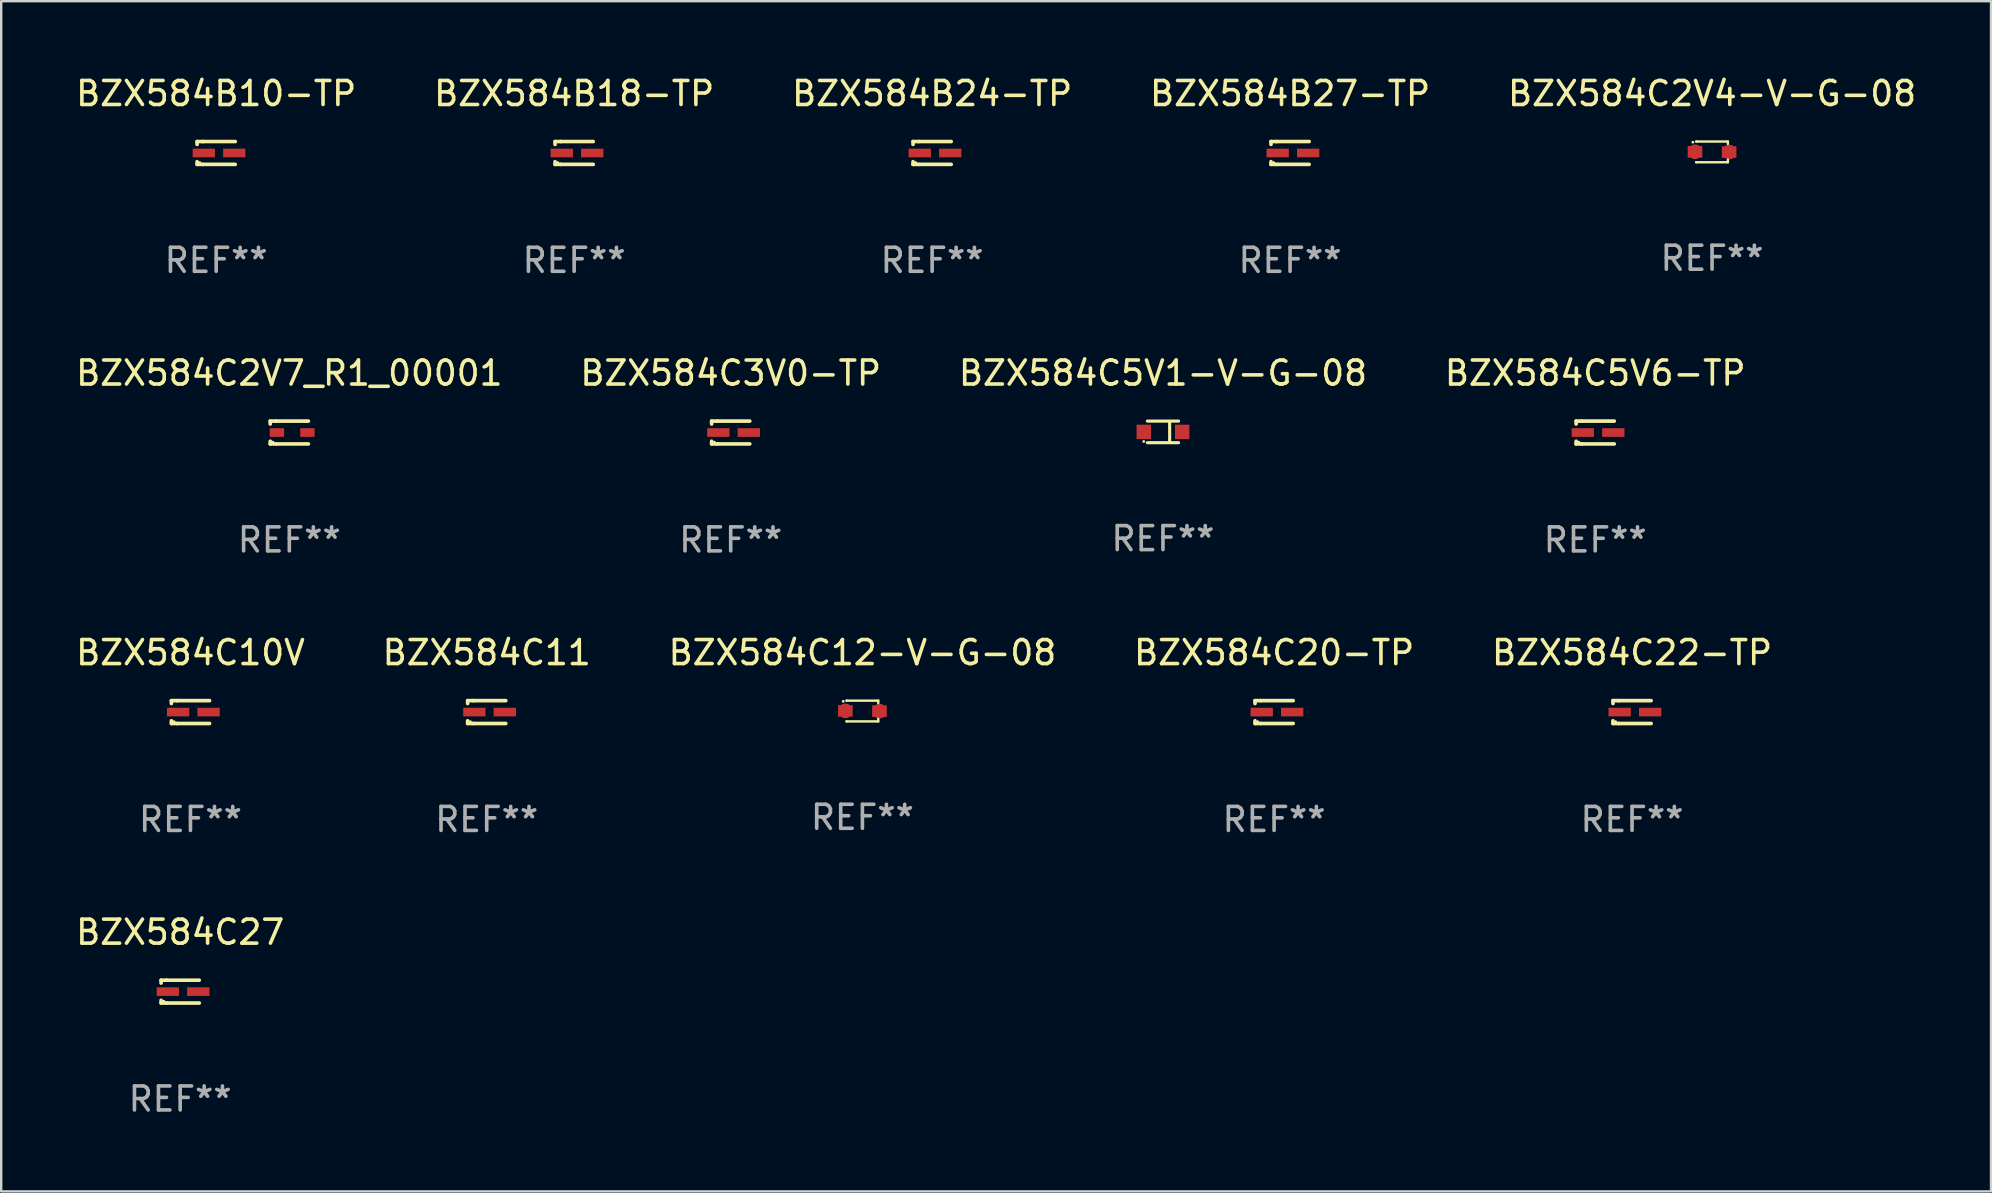
<source format=kicad_pcb>
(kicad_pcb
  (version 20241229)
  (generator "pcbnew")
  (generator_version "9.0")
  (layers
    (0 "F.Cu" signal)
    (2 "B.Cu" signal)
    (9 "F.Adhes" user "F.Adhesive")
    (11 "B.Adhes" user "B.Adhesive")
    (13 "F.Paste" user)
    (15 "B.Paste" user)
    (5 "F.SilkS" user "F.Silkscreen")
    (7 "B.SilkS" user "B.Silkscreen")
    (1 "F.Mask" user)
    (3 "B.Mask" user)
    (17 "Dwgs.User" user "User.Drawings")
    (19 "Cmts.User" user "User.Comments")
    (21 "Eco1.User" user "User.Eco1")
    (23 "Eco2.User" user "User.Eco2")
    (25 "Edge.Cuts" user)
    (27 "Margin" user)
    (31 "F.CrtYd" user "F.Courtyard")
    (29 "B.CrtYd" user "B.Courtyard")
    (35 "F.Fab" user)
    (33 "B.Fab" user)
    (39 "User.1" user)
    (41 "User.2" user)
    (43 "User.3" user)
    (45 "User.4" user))
  (footprint "BZX584B24-TP"
    (layer "F.Cu")
    (at 35.792 3.324)
    (property "Reference" "BZX584B24-TP" (at 0 -2.476 0) (layer "F.SilkS") (effects (font (size 1 1) (thickness 0.15))))
    (attr through_hole)
    (fp_line (start -0.795 -0.476) (end -0.795 -0.356) (stroke (width 0.152) (type solid)) (layer "F.SilkS"))
    (fp_line (start -0.795 0.363) (end -0.795 0.476) (stroke (width 0.152) (type solid)) (layer "F.SilkS"))
    (fp_line (start -0.795 0.476) (end -0.557 0.476) (stroke (width 0.152) (type solid)) (layer "F.SilkS"))
    (fp_line (start -0.557 -0.476) (end -0.795 -0.476) (stroke (width 0.152) (type solid)) (layer "F.SilkS"))
    (fp_line (start -0.557 -0.476) (end 0.795 -0.476) (stroke (width 0.152) (type solid)) (layer "F.SilkS"))
    (fp_line (start -0.557 0.476) (end 0.795 0.476) (stroke (width 0.152) (type solid)) (layer "F.SilkS"))
    (fp_circle (center -0.681 0.4) (end -0.651 0.4) (stroke (width 0.06) (type solid)) (fill no) (layer "F.SilkS"))
    (fp_text user "REF**" (at 0 4.476 0) (layer "F.Fab") (effects (font (size 1 1) (thickness 0.15))))
    (pad "1" smd rect (at -0.516 0 180) (size 0.93 0.36) (layers "F.Cu" "F.Mask" "F.Paste"))
    (pad "2" smd rect (at 0.754 0 180) (size 0.93 0.36) (layers "F.Cu" "F.Mask" "F.Paste")))
  (footprint "BZX584C2V4-V-G-08"
    (layer "F.Cu")
    (at 68.292 3.28)
    (property "Reference" "BZX584C2V4-V-G-08" (at 0 -2.432 0) (layer "F.SilkS") (effects (font (size 1 1) (thickness 0.15))))
    (attr through_hole)
    (fp_line (start -0.661 0.432) (end -0.661 0.432) (stroke (width 0.1) (type solid)) (layer "F.SilkS"))
    (fp_line (start -0.661 -0.432) (end -0.661 -0.432) (stroke (width 0.1) (type solid)) (layer "F.SilkS"))
    (fp_line (start -0.661 -0.432) (end 0.66 -0.432) (stroke (width 0.1) (type solid)) (layer "F.SilkS"))
    (fp_line (start 0.66 0.326) (end 0.66 0.432) (stroke (width 0.1) (type solid)) (layer "F.SilkS"))
    (fp_line (start 0.66 0.432) (end -0.661 0.432) (stroke (width 0.1) (type solid)) (layer "F.SilkS"))
    (fp_line (start 0.66 -0.432) (end 0.66 -0.33) (stroke (width 0.1) (type solid)) (layer "F.SilkS"))
    (fp_circle (center -0.8 -0.404) (end -0.77 -0.404) (stroke (width 0.06) (type solid)) (fill no) (layer "F.SilkS"))
    (fp_text user "REF**" (at 0 4.432 0) (layer "F.Fab") (effects (font (size 1 1) (thickness 0.15))))
    (pad "1" smd custom (at -0.711 -0.005) (size 0.61 0.483) (layers "F.Cu" "F.Mask" "F.Paste") (options (anchor circle)) (primitives (gr_poly (pts (xy -0.305 -0.241) (xy 0.305 -0.241) (xy 0.305 0.241) (xy -0.305 0.241)) (width 0) (fill yes))))
    (pad "2" smd custom (at 0.711 0.005) (size 0.61 0.483) (layers "F.Cu" "F.Mask" "F.Paste") (options (anchor circle)) (primitives (gr_poly (pts (xy -0.305 -0.241) (xy 0.305 -0.241) (xy 0.305 0.241) (xy -0.305 0.241)) (width 0) (fill yes)))))
  (footprint "BZX584C5V1-V-G-08"
    (layer "F.Cu")
    (at 45.411 14.947)
    (property "Reference" "BZX584C5V1-V-G-08" (at 0 -2.45 0) (layer "F.SilkS") (effects (font (size 1 1) (thickness 0.15))))
    (attr through_hole)
    (fp_line (start -0.65 -0.45) (end 0.65 -0.45) (stroke (width 0.13) (type solid)) (layer "F.SilkS"))
    (fp_line (start -0.65 0.45) (end 0.65 0.45) (stroke (width 0.13) (type solid)) (layer "F.SilkS"))
    (fp_line (start 0.279 -0.406) (end 0.279 0.444) (stroke (width 0.13) (type solid)) (layer "F.SilkS"))
    (fp_circle (center -0.8 0.4) (end -0.77 0.4) (stroke (width 0.06) (type solid)) (fill no) (layer "F.SilkS"))
    (fp_text user "REF**" (at 0 4.45 0) (layer "F.Fab") (effects (font (size 1 1) (thickness 0.15))))
    (pad "1" smd rect (at -0.8 0) (size 0.6 0.6) (layers "F.Cu" "F.Mask" "F.Paste"))
    (pad "2" smd rect (at 0.8 0 180) (size 0.6 0.6) (layers "F.Cu" "F.Mask" "F.Paste")))
  (footprint "BZX584C2V7_R1_00001"
    (layer "F.Cu")
    (at 9.006 14.973)
    (property "Reference" "BZX584C2V7_R1_00001" (at 0 -2.476 0) (layer "F.SilkS") (effects (font (size 1 1) (thickness 0.15))))
    (attr through_hole)
    (fp_line (start -0.795 -0.476) (end -0.795 -0.356) (stroke (width 0.152) (type solid)) (layer "F.SilkS"))
    (fp_line (start -0.795 0.363) (end -0.795 0.476) (stroke (width 0.152) (type solid)) (layer "F.SilkS"))
    (fp_line (start -0.795 0.476) (end -0.557 0.476) (stroke (width 0.152) (type solid)) (layer "F.SilkS"))
    (fp_line (start -0.557 -0.476) (end -0.795 -0.476) (stroke (width 0.152) (type solid)) (layer "F.SilkS"))
    (fp_line (start -0.557 -0.476) (end 0.795 -0.476) (stroke (width 0.152) (type solid)) (layer "F.SilkS"))
    (fp_line (start -0.557 0.476) (end 0.795 0.476) (stroke (width 0.152) (type solid)) (layer "F.SilkS"))
    (fp_circle (center -0.681 0.4) (end -0.651 0.4) (stroke (width 0.06) (type solid)) (fill no) (layer "F.SilkS"))
    (fp_text user "REF**" (at 0 4.476 0) (layer "F.Fab") (effects (font (size 1 1) (thickness 0.15))))
    (pad "1" smd rect (at -0.516 -0.000051 180) (size 0.6 0.36) (layers "F.Cu" "F.Mask" "F.Paste"))
    (pad "2" smd rect (at 0.754 -0.000051 180) (size 0.6 0.36) (layers "F.Cu" "F.Mask" "F.Paste")))
  (footprint "BZX584C22-TP"
    (layer "F.Cu")
    (at 64.958 26.622)
    (property "Reference" "BZX584C22-TP" (at 0 -2.476 0) (layer "F.SilkS") (effects (font (size 1 1) (thickness 0.15))))
    (attr through_hole)
    (fp_line (start -0.795 -0.476) (end -0.795 -0.356) (stroke (width 0.152) (type solid)) (layer "F.SilkS"))
    (fp_line (start -0.795 0.363) (end -0.795 0.476) (stroke (width 0.152) (type solid)) (layer "F.SilkS"))
    (fp_line (start -0.795 0.476) (end -0.557 0.476) (stroke (width 0.152) (type solid)) (layer "F.SilkS"))
    (fp_line (start -0.557 -0.476) (end -0.795 -0.476) (stroke (width 0.152) (type solid)) (layer "F.SilkS"))
    (fp_line (start -0.557 -0.476) (end 0.795 -0.476) (stroke (width 0.152) (type solid)) (layer "F.SilkS"))
    (fp_line (start -0.557 0.476) (end 0.795 0.476) (stroke (width 0.152) (type solid)) (layer "F.SilkS"))
    (fp_circle (center -0.681 0.4) (end -0.651 0.4) (stroke (width 0.06) (type solid)) (fill no) (layer "F.SilkS"))
    (fp_text user "REF**" (at 0 4.476 0) (layer "F.Fab") (effects (font (size 1 1) (thickness 0.15))))
    (pad "1" smd rect (at -0.516 0 180) (size 0.93 0.36) (layers "F.Cu" "F.Mask" "F.Paste"))
    (pad "2" smd rect (at 0.754 0 180) (size 0.93 0.36) (layers "F.Cu" "F.Mask" "F.Paste")))
  (footprint "BZX584C5V6-TP"
    (layer "F.Cu")
    (at 63.423 14.973)
    (property "Reference" "BZX584C5V6-TP" (at 0 -2.476 0) (layer "F.SilkS") (effects (font (size 1 1) (thickness 0.15))))
    (attr through_hole)
    (fp_line (start -0.795 -0.476) (end -0.795 -0.356) (stroke (width 0.152) (type solid)) (layer "F.SilkS"))
    (fp_line (start -0.795 0.363) (end -0.795 0.476) (stroke (width 0.152) (type solid)) (layer "F.SilkS"))
    (fp_line (start -0.795 0.476) (end -0.557 0.476) (stroke (width 0.152) (type solid)) (layer "F.SilkS"))
    (fp_line (start -0.557 -0.476) (end -0.795 -0.476) (stroke (width 0.152) (type solid)) (layer "F.SilkS"))
    (fp_line (start -0.557 -0.476) (end 0.795 -0.476) (stroke (width 0.152) (type solid)) (layer "F.SilkS"))
    (fp_line (start -0.557 0.476) (end 0.795 0.476) (stroke (width 0.152) (type solid)) (layer "F.SilkS"))
    (fp_circle (center -0.681 0.4) (end -0.651 0.4) (stroke (width 0.06) (type solid)) (fill no) (layer "F.SilkS"))
    (fp_text user "REF**" (at 0 4.476 0) (layer "F.Fab") (effects (font (size 1 1) (thickness 0.15))))
    (pad "1" smd rect (at -0.516 0 180) (size 0.93 0.36) (layers "F.Cu" "F.Mask" "F.Paste"))
    (pad "2" smd rect (at 0.754 0 180) (size 0.93 0.36) (layers "F.Cu" "F.Mask" "F.Paste")))
  (footprint "BZX584C10V"
    (layer "F.Cu")
    (at 4.887 26.622)
    (property "Reference" "BZX584C10V" (at 0 -2.476 0) (layer "F.SilkS") (effects (font (size 1 1) (thickness 0.15))))
    (attr through_hole)
    (fp_line (start -0.795 -0.476) (end -0.795 -0.356) (stroke (width 0.152) (type solid)) (layer "F.SilkS"))
    (fp_line (start -0.795 0.363) (end -0.795 0.476) (stroke (width 0.152) (type solid)) (layer "F.SilkS"))
    (fp_line (start -0.795 0.476) (end -0.557 0.476) (stroke (width 0.152) (type solid)) (layer "F.SilkS"))
    (fp_line (start -0.557 -0.476) (end -0.795 -0.476) (stroke (width 0.152) (type solid)) (layer "F.SilkS"))
    (fp_line (start -0.557 -0.476) (end 0.795 -0.476) (stroke (width 0.152) (type solid)) (layer "F.SilkS"))
    (fp_line (start -0.557 0.476) (end 0.795 0.476) (stroke (width 0.152) (type solid)) (layer "F.SilkS"))
    (fp_circle (center -0.681 0.4) (end -0.651 0.4) (stroke (width 0.06) (type solid)) (fill no) (layer "F.SilkS"))
    (fp_text user "REF**" (at 0 4.476 0) (layer "F.Fab") (effects (font (size 1 1) (thickness 0.15))))
    (pad "1" smd rect (at -0.516 0 180) (size 0.93 0.36) (layers "F.Cu" "F.Mask" "F.Paste"))
    (pad "2" smd rect (at 0.754 0 180) (size 0.93 0.36) (layers "F.Cu" "F.Mask" "F.Paste")))
  (footprint "BZX584C3V0-TP"
    (layer "F.Cu")
    (at 27.399 14.973)
    (property "Reference" "BZX584C3V0-TP" (at 0 -2.476 0) (layer "F.SilkS") (effects (font (size 1 1) (thickness 0.15))))
    (attr through_hole)
    (fp_line (start -0.795 -0.476) (end -0.795 -0.356) (stroke (width 0.152) (type solid)) (layer "F.SilkS"))
    (fp_line (start -0.795 0.363) (end -0.795 0.476) (stroke (width 0.152) (type solid)) (layer "F.SilkS"))
    (fp_line (start -0.795 0.476) (end -0.557 0.476) (stroke (width 0.152) (type solid)) (layer "F.SilkS"))
    (fp_line (start -0.557 -0.476) (end -0.795 -0.476) (stroke (width 0.152) (type solid)) (layer "F.SilkS"))
    (fp_line (start -0.557 -0.476) (end 0.795 -0.476) (stroke (width 0.152) (type solid)) (layer "F.SilkS"))
    (fp_line (start -0.557 0.476) (end 0.795 0.476) (stroke (width 0.152) (type solid)) (layer "F.SilkS"))
    (fp_circle (center -0.681 0.4) (end -0.651 0.4) (stroke (width 0.06) (type solid)) (fill no) (layer "F.SilkS"))
    (fp_text user "REF**" (at 0 4.476 0) (layer "F.Fab") (effects (font (size 1 1) (thickness 0.15))))
    (pad "1" smd rect (at -0.516 0 180) (size 0.93 0.36) (layers "F.Cu" "F.Mask" "F.Paste"))
    (pad "2" smd rect (at 0.754 0 180) (size 0.93 0.36) (layers "F.Cu" "F.Mask" "F.Paste")))
  (footprint "BZX584C20-TP"
    (layer "F.Cu")
    (at 50.042 26.622)
    (property "Reference" "BZX584C20-TP" (at 0 -2.476 0) (layer "F.SilkS") (effects (font (size 1 1) (thickness 0.15))))
    (attr through_hole)
    (fp_line (start -0.795 -0.476) (end -0.795 -0.356) (stroke (width 0.152) (type solid)) (layer "F.SilkS"))
    (fp_line (start -0.795 0.363) (end -0.795 0.476) (stroke (width 0.152) (type solid)) (layer "F.SilkS"))
    (fp_line (start -0.795 0.476) (end -0.557 0.476) (stroke (width 0.152) (type solid)) (layer "F.SilkS"))
    (fp_line (start -0.557 -0.476) (end -0.795 -0.476) (stroke (width 0.152) (type solid)) (layer "F.SilkS"))
    (fp_line (start -0.557 -0.476) (end 0.795 -0.476) (stroke (width 0.152) (type solid)) (layer "F.SilkS"))
    (fp_line (start -0.557 0.476) (end 0.795 0.476) (stroke (width 0.152) (type solid)) (layer "F.SilkS"))
    (fp_circle (center -0.681 0.4) (end -0.651 0.4) (stroke (width 0.06) (type solid)) (fill no) (layer "F.SilkS"))
    (fp_text user "REF**" (at 0 4.476 0) (layer "F.Fab") (effects (font (size 1 1) (thickness 0.15))))
    (pad "1" smd rect (at -0.516 0 180) (size 0.93 0.36) (layers "F.Cu" "F.Mask" "F.Paste"))
    (pad "2" smd rect (at 0.754 0 180) (size 0.93 0.36) (layers "F.Cu" "F.Mask" "F.Paste")))
  (footprint "BZX584C27"
    (layer "F.Cu")
    (at 4.458 38.271)
    (property "Reference" "BZX584C27" (at 0 -2.476 0) (layer "F.SilkS") (effects (font (size 1 1) (thickness 0.15))))
    (attr through_hole)
    (fp_line (start -0.795 -0.476) (end -0.795 -0.356) (stroke (width 0.152) (type solid)) (layer "F.SilkS"))
    (fp_line (start -0.795 0.363) (end -0.795 0.476) (stroke (width 0.152) (type solid)) (layer "F.SilkS"))
    (fp_line (start -0.795 0.476) (end -0.557 0.476) (stroke (width 0.152) (type solid)) (layer "F.SilkS"))
    (fp_line (start -0.557 -0.476) (end -0.795 -0.476) (stroke (width 0.152) (type solid)) (layer "F.SilkS"))
    (fp_line (start -0.557 -0.476) (end 0.795 -0.476) (stroke (width 0.152) (type solid)) (layer "F.SilkS"))
    (fp_line (start -0.557 0.476) (end 0.795 0.476) (stroke (width 0.152) (type solid)) (layer "F.SilkS"))
    (fp_circle (center -0.681 0.4) (end -0.651 0.4) (stroke (width 0.06) (type solid)) (fill no) (layer "F.SilkS"))
    (fp_text user "REF**" (at 0 4.476 0) (layer "F.Fab") (effects (font (size 1 1) (thickness 0.15))))
    (pad "1" smd rect (at -0.516 0 180) (size 0.93 0.36) (layers "F.Cu" "F.Mask" "F.Paste"))
    (pad "2" smd rect (at 0.754 0 180) (size 0.93 0.36) (layers "F.Cu" "F.Mask" "F.Paste")))
  (footprint "BZX584B18-TP"
    (layer "F.Cu")
    (at 20.875 3.324)
    (property "Reference" "BZX584B18-TP" (at 0 -2.476 0) (layer "F.SilkS") (effects (font (size 1 1) (thickness 0.15))))
    (attr through_hole)
    (fp_line (start -0.795 -0.476) (end -0.795 -0.356) (stroke (width 0.152) (type solid)) (layer "F.SilkS"))
    (fp_line (start -0.795 0.363) (end -0.795 0.476) (stroke (width 0.152) (type solid)) (layer "F.SilkS"))
    (fp_line (start -0.795 0.476) (end -0.557 0.476) (stroke (width 0.152) (type solid)) (layer "F.SilkS"))
    (fp_line (start -0.557 -0.476) (end -0.795 -0.476) (stroke (width 0.152) (type solid)) (layer "F.SilkS"))
    (fp_line (start -0.557 -0.476) (end 0.795 -0.476) (stroke (width 0.152) (type solid)) (layer "F.SilkS"))
    (fp_line (start -0.557 0.476) (end 0.795 0.476) (stroke (width 0.152) (type solid)) (layer "F.SilkS"))
    (fp_circle (center -0.681 0.4) (end -0.651 0.4) (stroke (width 0.06) (type solid)) (fill no) (layer "F.SilkS"))
    (fp_text user "REF**" (at 0 4.476 0) (layer "F.Fab") (effects (font (size 1 1) (thickness 0.15))))
    (pad "1" smd rect (at -0.516 0 180) (size 0.93 0.36) (layers "F.Cu" "F.Mask" "F.Paste"))
    (pad "2" smd rect (at 0.754 0 180) (size 0.93 0.36) (layers "F.Cu" "F.Mask" "F.Paste")))
  (footprint "BZX584C12-V-G-08"
    (layer "F.Cu")
    (at 32.887 26.578)
    (property "Reference" "BZX584C12-V-G-08" (at 0 -2.432 0) (layer "F.SilkS") (effects (font (size 1 1) (thickness 0.15))))
    (attr through_hole)
    (fp_line (start -0.661 0.432) (end -0.661 0.432) (stroke (width 0.1) (type solid)) (layer "F.SilkS"))
    (fp_line (start -0.661 -0.432) (end -0.661 -0.432) (stroke (width 0.1) (type solid)) (layer "F.SilkS"))
    (fp_line (start -0.661 -0.432) (end 0.66 -0.432) (stroke (width 0.1) (type solid)) (layer "F.SilkS"))
    (fp_line (start 0.66 0.326) (end 0.66 0.432) (stroke (width 0.1) (type solid)) (layer "F.SilkS"))
    (fp_line (start 0.66 0.432) (end -0.661 0.432) (stroke (width 0.1) (type solid)) (layer "F.SilkS"))
    (fp_line (start 0.66 -0.432) (end 0.66 -0.33) (stroke (width 0.1) (type solid)) (layer "F.SilkS"))
    (fp_circle (center -0.8 -0.404) (end -0.77 -0.404) (stroke (width 0.06) (type solid)) (fill no) (layer "F.SilkS"))
    (fp_text user "REF**" (at 0 4.432 0) (layer "F.Fab") (effects (font (size 1 1) (thickness 0.15))))
    (pad "1" smd custom (at -0.711 -0.005) (size 0.61 0.483) (layers "F.Cu" "F.Mask" "F.Paste") (options (anchor circle)) (primitives (gr_poly (pts (xy -0.305 -0.241) (xy 0.305 -0.241) (xy 0.305 0.241) (xy -0.305 0.241)) (width 0) (fill yes))))
    (pad "2" smd custom (at 0.711 0.005) (size 0.61 0.483) (layers "F.Cu" "F.Mask" "F.Paste") (options (anchor circle)) (primitives (gr_poly (pts (xy -0.305 -0.241) (xy 0.305 -0.241) (xy 0.305 0.241) (xy -0.305 0.241)) (width 0) (fill yes)))))
  (footprint "BZX584C11"
    (layer "F.Cu")
    (at 17.232 26.622)
    (property "Reference" "BZX584C11" (at 0 -2.476 0) (layer "F.SilkS") (effects (font (size 1 1) (thickness 0.15))))
    (attr through_hole)
    (fp_line (start -0.795 -0.476) (end -0.795 -0.356) (stroke (width 0.152) (type solid)) (layer "F.SilkS"))
    (fp_line (start -0.795 0.363) (end -0.795 0.476) (stroke (width 0.152) (type solid)) (layer "F.SilkS"))
    (fp_line (start -0.795 0.476) (end -0.557 0.476) (stroke (width 0.152) (type solid)) (layer "F.SilkS"))
    (fp_line (start -0.557 -0.476) (end -0.795 -0.476) (stroke (width 0.152) (type solid)) (layer "F.SilkS"))
    (fp_line (start -0.557 -0.476) (end 0.795 -0.476) (stroke (width 0.152) (type solid)) (layer "F.SilkS"))
    (fp_line (start -0.557 0.476) (end 0.795 0.476) (stroke (width 0.152) (type solid)) (layer "F.SilkS"))
    (fp_circle (center -0.681 0.4) (end -0.651 0.4) (stroke (width 0.06) (type solid)) (fill no) (layer "F.SilkS"))
    (fp_text user "REF**" (at 0 4.476 0) (layer "F.Fab") (effects (font (size 1 1) (thickness 0.15))))
    (pad "1" smd rect (at -0.516 0 180) (size 0.93 0.36) (layers "F.Cu" "F.Mask" "F.Paste"))
    (pad "2" smd rect (at 0.754 0 180) (size 0.93 0.36) (layers "F.Cu" "F.Mask" "F.Paste")))
  (footprint "BZX584B27-TP"
    (layer "F.Cu")
    (at 50.708 3.324)
    (property "Reference" "BZX584B27-TP" (at 0 -2.476 0) (layer "F.SilkS") (effects (font (size 1 1) (thickness 0.15))))
    (attr through_hole)
    (fp_line (start -0.795 -0.476) (end -0.795 -0.356) (stroke (width 0.152) (type solid)) (layer "F.SilkS"))
    (fp_line (start -0.795 0.363) (end -0.795 0.476) (stroke (width 0.152) (type solid)) (layer "F.SilkS"))
    (fp_line (start -0.795 0.476) (end -0.557 0.476) (stroke (width 0.152) (type solid)) (layer "F.SilkS"))
    (fp_line (start -0.557 -0.476) (end -0.795 -0.476) (stroke (width 0.152) (type solid)) (layer "F.SilkS"))
    (fp_line (start -0.557 -0.476) (end 0.795 -0.476) (stroke (width 0.152) (type solid)) (layer "F.SilkS"))
    (fp_line (start -0.557 0.476) (end 0.795 0.476) (stroke (width 0.152) (type solid)) (layer "F.SilkS"))
    (fp_circle (center -0.681 0.4) (end -0.651 0.4) (stroke (width 0.06) (type solid)) (fill no) (layer "F.SilkS"))
    (fp_text user "REF**" (at 0 4.476 0) (layer "F.Fab") (effects (font (size 1 1) (thickness 0.15))))
    (pad "1" smd rect (at -0.516 0 180) (size 0.93 0.36) (layers "F.Cu" "F.Mask" "F.Paste"))
    (pad "2" smd rect (at 0.754 0 180) (size 0.93 0.36) (layers "F.Cu" "F.Mask" "F.Paste")))
  (footprint "BZX584B10-TP"
    (layer "F.Cu")
    (at 5.958 3.324)
    (property "Reference" "BZX584B10-TP" (at 0 -2.476 0) (layer "F.SilkS") (effects (font (size 1 1) (thickness 0.15))))
    (attr through_hole)
    (fp_line (start -0.795 -0.476) (end -0.795 -0.356) (stroke (width 0.152) (type solid)) (layer "F.SilkS"))
    (fp_line (start -0.795 0.363) (end -0.795 0.476) (stroke (width 0.152) (type solid)) (layer "F.SilkS"))
    (fp_line (start -0.795 0.476) (end -0.557 0.476) (stroke (width 0.152) (type solid)) (layer "F.SilkS"))
    (fp_line (start -0.557 -0.476) (end -0.795 -0.476) (stroke (width 0.152) (type solid)) (layer "F.SilkS"))
    (fp_line (start -0.557 -0.476) (end 0.795 -0.476) (stroke (width 0.152) (type solid)) (layer "F.SilkS"))
    (fp_line (start -0.557 0.476) (end 0.795 0.476) (stroke (width 0.152) (type solid)) (layer "F.SilkS"))
    (fp_circle (center -0.681 0.4) (end -0.651 0.4) (stroke (width 0.06) (type solid)) (fill no) (layer "F.SilkS"))
    (fp_text user "REF**" (at 0 4.476 0) (layer "F.Fab") (effects (font (size 1 1) (thickness 0.15))))
    (pad "1" smd rect (at -0.516 0 180) (size 0.93 0.36) (layers "F.Cu" "F.Mask" "F.Paste"))
    (pad "2" smd rect (at 0.754 0 180) (size 0.93 0.36) (layers "F.Cu" "F.Mask" "F.Paste")))
  (gr_rect
    (start -3 -3)
    (end 79.917 46.596)
    (stroke (width 0.1) (type default))
    (fill no)
    (layer "Edge.Cuts")))
</source>
